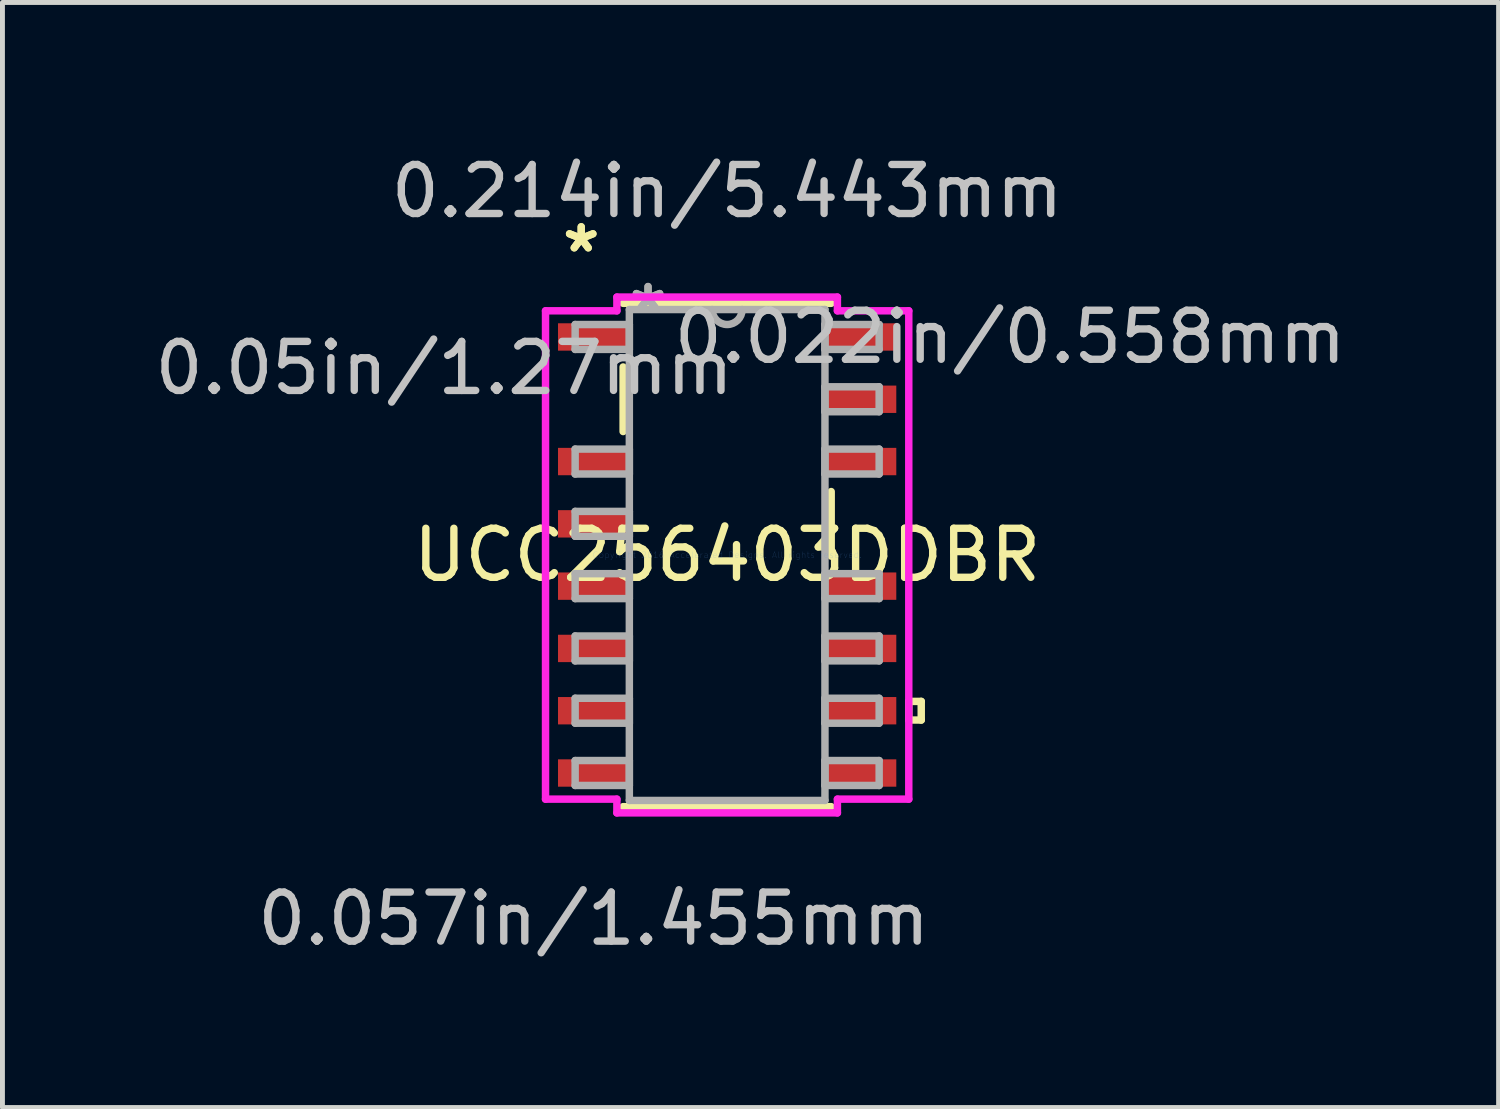
<source format=kicad_pcb>
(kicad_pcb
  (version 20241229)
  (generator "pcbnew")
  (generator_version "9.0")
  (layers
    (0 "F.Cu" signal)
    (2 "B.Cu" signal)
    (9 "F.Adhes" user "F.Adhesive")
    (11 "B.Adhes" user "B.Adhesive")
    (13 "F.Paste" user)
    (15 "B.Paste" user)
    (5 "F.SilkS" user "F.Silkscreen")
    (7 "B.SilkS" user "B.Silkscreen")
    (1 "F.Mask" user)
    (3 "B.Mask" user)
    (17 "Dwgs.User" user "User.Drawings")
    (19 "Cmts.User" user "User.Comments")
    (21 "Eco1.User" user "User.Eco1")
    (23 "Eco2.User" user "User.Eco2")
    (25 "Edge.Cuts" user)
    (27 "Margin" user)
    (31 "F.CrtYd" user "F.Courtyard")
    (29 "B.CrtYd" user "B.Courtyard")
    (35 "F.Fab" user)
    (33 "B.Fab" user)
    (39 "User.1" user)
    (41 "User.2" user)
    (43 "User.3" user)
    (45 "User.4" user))
  (footprint "UCC256403DDBR"
    (layer "F.Cu")
    (at 11.775 8.265)
    (property "Reference" "UCC256403DDBR" (at 0 0 0) (layer "F.SilkS") (effects (font (size 1 1) (thickness 0.15))))
    (attr through_hole)
    (fp_line (start -2.121 -3.833) (end -2.121 -2.517) (stroke (width 0.152) (type solid)) (layer "F.SilkS"))
    (fp_line (start -2.121 5.131) (end 2.121 5.131) (stroke (width 0.152) (type solid)) (layer "F.SilkS"))
    (fp_line (start 2.121 -5.131) (end -2.121 -5.131) (stroke (width 0.152) (type solid)) (layer "F.SilkS"))
    (fp_line (start 2.121 0.023) (end 2.121 -1.293) (stroke (width 0.152) (type solid)) (layer "F.SilkS"))
    (fp_line (start 3.703 2.985) (end 3.957 2.985) (stroke (width 0.152) (type solid)) (layer "F.SilkS"))
    (fp_line (start 3.703 3.365) (end 3.703 2.985) (stroke (width 0.152) (type solid)) (layer "F.SilkS"))
    (fp_line (start 3.957 2.985) (end 3.957 3.365) (stroke (width 0.152) (type solid)) (layer "F.SilkS"))
    (fp_line (start 3.957 3.365) (end 3.703 3.365) (stroke (width 0.152) (type solid)) (layer "F.SilkS"))
    (fp_line (start -3.703 -4.978) (end -2.248 -4.978) (stroke (width 0.152) (type solid)) (layer "F.CrtYd"))
    (fp_line (start -3.703 4.978) (end -3.703 -4.978) (stroke (width 0.152) (type solid)) (layer "F.CrtYd"))
    (fp_line (start -2.248 -5.258) (end 2.248 -5.258) (stroke (width 0.152) (type solid)) (layer "F.CrtYd"))
    (fp_line (start -2.248 -4.978) (end -2.248 -5.258) (stroke (width 0.152) (type solid)) (layer "F.CrtYd"))
    (fp_line (start -2.248 4.978) (end -3.703 4.978) (stroke (width 0.152) (type solid)) (layer "F.CrtYd"))
    (fp_line (start -2.248 5.258) (end -2.248 4.978) (stroke (width 0.152) (type solid)) (layer "F.CrtYd"))
    (fp_line (start 2.248 -5.258) (end 2.248 -4.978) (stroke (width 0.152) (type solid)) (layer "F.CrtYd"))
    (fp_line (start 2.248 -4.978) (end 3.703 -4.978) (stroke (width 0.152) (type solid)) (layer "F.CrtYd"))
    (fp_line (start 2.248 4.978) (end 2.248 5.258) (stroke (width 0.152) (type solid)) (layer "F.CrtYd"))
    (fp_line (start 2.248 5.258) (end -2.248 5.258) (stroke (width 0.152) (type solid)) (layer "F.CrtYd"))
    (fp_line (start 3.703 -4.978) (end 3.703 4.978) (stroke (width 0.152) (type solid)) (layer "F.CrtYd"))
    (fp_line (start 3.703 4.978) (end 2.248 4.978) (stroke (width 0.152) (type solid)) (layer "F.CrtYd"))
    (fp_line (start -3.099 -4.699) (end -3.099 -4.191) (stroke (width 0.152) (type solid)) (layer "F.Fab"))
    (fp_line (start -3.099 -4.191) (end -1.994 -4.191) (stroke (width 0.152) (type solid)) (layer "F.Fab"))
    (fp_line (start -3.099 -2.159) (end -3.099 -1.651) (stroke (width 0.152) (type solid)) (layer "F.Fab"))
    (fp_line (start -3.099 -1.651) (end -1.994 -1.651) (stroke (width 0.152) (type solid)) (layer "F.Fab"))
    (fp_line (start -3.099 -0.889) (end -3.099 -0.381) (stroke (width 0.152) (type solid)) (layer "F.Fab"))
    (fp_line (start -3.099 -0.381) (end -1.994 -0.381) (stroke (width 0.152) (type solid)) (layer "F.Fab"))
    (fp_line (start -3.099 0.381) (end -3.099 0.889) (stroke (width 0.152) (type solid)) (layer "F.Fab"))
    (fp_line (start -3.099 0.889) (end -1.994 0.889) (stroke (width 0.152) (type solid)) (layer "F.Fab"))
    (fp_line (start -3.099 1.651) (end -3.099 2.159) (stroke (width 0.152) (type solid)) (layer "F.Fab"))
    (fp_line (start -3.099 2.159) (end -1.994 2.159) (stroke (width 0.152) (type solid)) (layer "F.Fab"))
    (fp_line (start -3.099 2.921) (end -3.099 3.429) (stroke (width 0.152) (type solid)) (layer "F.Fab"))
    (fp_line (start -3.099 3.429) (end -1.994 3.429) (stroke (width 0.152) (type solid)) (layer "F.Fab"))
    (fp_line (start -3.099 4.191) (end -3.099 4.699) (stroke (width 0.152) (type solid)) (layer "F.Fab"))
    (fp_line (start -3.099 4.699) (end -1.994 4.699) (stroke (width 0.152) (type solid)) (layer "F.Fab"))
    (fp_line (start -1.994 -5.004) (end -1.994 5.004) (stroke (width 0.152) (type solid)) (layer "F.Fab"))
    (fp_line (start -1.994 -4.699) (end -3.099 -4.699) (stroke (width 0.152) (type solid)) (layer "F.Fab"))
    (fp_line (start -1.994 -4.191) (end -1.994 -4.699) (stroke (width 0.152) (type solid)) (layer "F.Fab"))
    (fp_line (start -1.994 -2.159) (end -3.099 -2.159) (stroke (width 0.152) (type solid)) (layer "F.Fab"))
    (fp_line (start -1.994 -1.651) (end -1.994 -2.159) (stroke (width 0.152) (type solid)) (layer "F.Fab"))
    (fp_line (start -1.994 -0.889) (end -3.099 -0.889) (stroke (width 0.152) (type solid)) (layer "F.Fab"))
    (fp_line (start -1.994 -0.381) (end -1.994 -0.889) (stroke (width 0.152) (type solid)) (layer "F.Fab"))
    (fp_line (start -1.994 0.381) (end -3.099 0.381) (stroke (width 0.152) (type solid)) (layer "F.Fab"))
    (fp_line (start -1.994 0.889) (end -1.994 0.381) (stroke (width 0.152) (type solid)) (layer "F.Fab"))
    (fp_line (start -1.994 1.651) (end -3.099 1.651) (stroke (width 0.152) (type solid)) (layer "F.Fab"))
    (fp_line (start -1.994 2.159) (end -1.994 1.651) (stroke (width 0.152) (type solid)) (layer "F.Fab"))
    (fp_line (start -1.994 2.921) (end -3.099 2.921) (stroke (width 0.152) (type solid)) (layer "F.Fab"))
    (fp_line (start -1.994 3.429) (end -1.994 2.921) (stroke (width 0.152) (type solid)) (layer "F.Fab"))
    (fp_line (start -1.994 4.191) (end -3.099 4.191) (stroke (width 0.152) (type solid)) (layer "F.Fab"))
    (fp_line (start -1.994 4.699) (end -1.994 4.191) (stroke (width 0.152) (type solid)) (layer "F.Fab"))
    (fp_line (start -1.994 5.004) (end 1.994 5.004) (stroke (width 0.152) (type solid)) (layer "F.Fab"))
    (fp_line (start 1.994 -5.004) (end -1.994 -5.004) (stroke (width 0.152) (type solid)) (layer "F.Fab"))
    (fp_line (start 1.994 -4.699) (end 1.994 -4.191) (stroke (width 0.152) (type solid)) (layer "F.Fab"))
    (fp_line (start 1.994 -4.191) (end 3.099 -4.191) (stroke (width 0.152) (type solid)) (layer "F.Fab"))
    (fp_line (start 1.994 -3.429) (end 1.994 -2.921) (stroke (width 0.152) (type solid)) (layer "F.Fab"))
    (fp_line (start 1.994 -2.921) (end 3.099 -2.921) (stroke (width 0.152) (type solid)) (layer "F.Fab"))
    (fp_line (start 1.994 -2.159) (end 1.994 -1.651) (stroke (width 0.152) (type solid)) (layer "F.Fab"))
    (fp_line (start 1.994 -1.651) (end 3.099 -1.651) (stroke (width 0.152) (type solid)) (layer "F.Fab"))
    (fp_line (start 1.994 0.381) (end 1.994 0.889) (stroke (width 0.152) (type solid)) (layer "F.Fab"))
    (fp_line (start 1.994 0.889) (end 3.099 0.889) (stroke (width 0.152) (type solid)) (layer "F.Fab"))
    (fp_line (start 1.994 1.651) (end 1.994 2.159) (stroke (width 0.152) (type solid)) (layer "F.Fab"))
    (fp_line (start 1.994 2.159) (end 3.099 2.159) (stroke (width 0.152) (type solid)) (layer "F.Fab"))
    (fp_line (start 1.994 2.921) (end 1.994 3.429) (stroke (width 0.152) (type solid)) (layer "F.Fab"))
    (fp_line (start 1.994 3.429) (end 3.099 3.429) (stroke (width 0.152) (type solid)) (layer "F.Fab"))
    (fp_line (start 1.994 4.191) (end 1.994 4.699) (stroke (width 0.152) (type solid)) (layer "F.Fab"))
    (fp_line (start 1.994 4.699) (end 3.099 4.699) (stroke (width 0.152) (type solid)) (layer "F.Fab"))
    (fp_line (start 1.994 5.004) (end 1.994 -5.004) (stroke (width 0.152) (type solid)) (layer "F.Fab"))
    (fp_line (start 3.099 -4.699) (end 1.994 -4.699) (stroke (width 0.152) (type solid)) (layer "F.Fab"))
    (fp_line (start 3.099 -4.191) (end 3.099 -4.699) (stroke (width 0.152) (type solid)) (layer "F.Fab"))
    (fp_line (start 3.099 -3.429) (end 1.994 -3.429) (stroke (width 0.152) (type solid)) (layer "F.Fab"))
    (fp_line (start 3.099 -2.921) (end 3.099 -3.429) (stroke (width 0.152) (type solid)) (layer "F.Fab"))
    (fp_line (start 3.099 -2.159) (end 1.994 -2.159) (stroke (width 0.152) (type solid)) (layer "F.Fab"))
    (fp_line (start 3.099 -1.651) (end 3.099 -2.159) (stroke (width 0.152) (type solid)) (layer "F.Fab"))
    (fp_line (start 3.099 0.381) (end 1.994 0.381) (stroke (width 0.152) (type solid)) (layer "F.Fab"))
    (fp_line (start 3.099 0.889) (end 3.099 0.381) (stroke (width 0.152) (type solid)) (layer "F.Fab"))
    (fp_line (start 3.099 1.651) (end 1.994 1.651) (stroke (width 0.152) (type solid)) (layer "F.Fab"))
    (fp_line (start 3.099 2.159) (end 3.099 1.651) (stroke (width 0.152) (type solid)) (layer "F.Fab"))
    (fp_line (start 3.099 2.921) (end 1.994 2.921) (stroke (width 0.152) (type solid)) (layer "F.Fab"))
    (fp_line (start 3.099 3.429) (end 3.099 2.921) (stroke (width 0.152) (type solid)) (layer "F.Fab"))
    (fp_line (start 3.099 4.191) (end 1.994 4.191) (stroke (width 0.152) (type solid)) (layer "F.Fab"))
    (fp_line (start 3.099 4.699) (end 3.099 4.191) (stroke (width 0.152) (type solid)) (layer "F.Fab"))
    (fp_arc (start 0.3048 -5.0038) (mid 0 -4.699) (end -0.3048 -5.0038) (stroke (width 0.1524) (type solid)) (layer "F.Fab"))
    (fp_text user "*" (at -2.975 -6.146 0) (layer "F.SilkS") (effects (font (size 1 1) (thickness 0.15))))
    (fp_text user "*" (at -2.975 -6.146 0) (layer "F.SilkS") (effects (font (size 1 1) (thickness 0.15))))
    (fp_text user "0.214in/5.443mm" (at 0 -7.417 0) (layer "Dwgs.User") (effects (font (size 1 1) (thickness 0.15))))
    (fp_text user "0.05in/1.27mm" (at -5.769 -3.81 0) (layer "Dwgs.User") (effects (font (size 1 1) (thickness 0.15))))
    (fp_text user "0.057in/1.455mm" (at -2.721 7.417 0) (layer "Dwgs.User") (effects (font (size 1 1) (thickness 0.15))))
    (fp_text user "0.022in/0.558mm" (at 5.769 -4.445 0) (layer "Dwgs.User") (effects (font (size 1 1) (thickness 0.15))))
    (fp_text user "Copyright 2016 Accelerated Designs. All rights reserved." (at 0 0 0) (layer "Cmts.User") (effects (font (size 0.127 0.127) (thickness 0.002))))
    (fp_text user "*" (at -1.613 -4.928 0) (layer "F.Fab") (effects (font (size 1 1) (thickness 0.15))))
    (fp_text user "*" (at -1.613 -4.928 0) (layer "F.Fab") (effects (font (size 1 1) (thickness 0.15))))
    (pad "1" smd rect (at -2.721 -4.445) (size 1.455 0.558) (layers "F.Cu" "F.Mask" "F.Paste"))
    (pad "3" smd rect (at -2.721 -1.905) (size 1.455 0.558) (layers "F.Cu" "F.Mask" "F.Paste"))
    (pad "4" smd rect (at -2.721 -0.635) (size 1.455 0.558) (layers "F.Cu" "F.Mask" "F.Paste"))
    (pad "5" smd rect (at -2.721 0.635) (size 1.455 0.558) (layers "F.Cu" "F.Mask" "F.Paste"))
    (pad "6" smd rect (at -2.721 1.905) (size 1.455 0.558) (layers "F.Cu" "F.Mask" "F.Paste"))
    (pad "7" smd rect (at -2.721 3.175) (size 1.455 0.558) (layers "F.Cu" "F.Mask" "F.Paste"))
    (pad "8" smd rect (at -2.721 4.445) (size 1.455 0.558) (layers "F.Cu" "F.Mask" "F.Paste"))
    (pad "9" smd rect (at 2.721 4.445) (size 1.455 0.558) (layers "F.Cu" "F.Mask" "F.Paste"))
    (pad "10" smd rect (at 2.721 3.175) (size 1.455 0.558) (layers "F.Cu" "F.Mask" "F.Paste"))
    (pad "11" smd rect (at 2.721 1.905) (size 1.455 0.558) (layers "F.Cu" "F.Mask" "F.Paste"))
    (pad "12" smd rect (at 2.721 0.635) (size 1.455 0.558) (layers "F.Cu" "F.Mask" "F.Paste"))
    (pad "14" smd rect (at 2.721 -1.905) (size 1.455 0.558) (layers "F.Cu" "F.Mask" "F.Paste"))
    (pad "15" smd rect (at 2.721 -3.175) (size 1.455 0.558) (layers "F.Cu" "F.Mask" "F.Paste"))
    (pad "16" smd rect (at 2.721 -4.445) (size 1.455 0.558) (layers "F.Cu" "F.Mask" "F.Paste")))
  (gr_rect
    (start -3 -3)
    (end 27.503 19.53)
    (stroke (width 0.1) (type default))
    (fill no)
    (layer "Edge.Cuts")))
</source>
